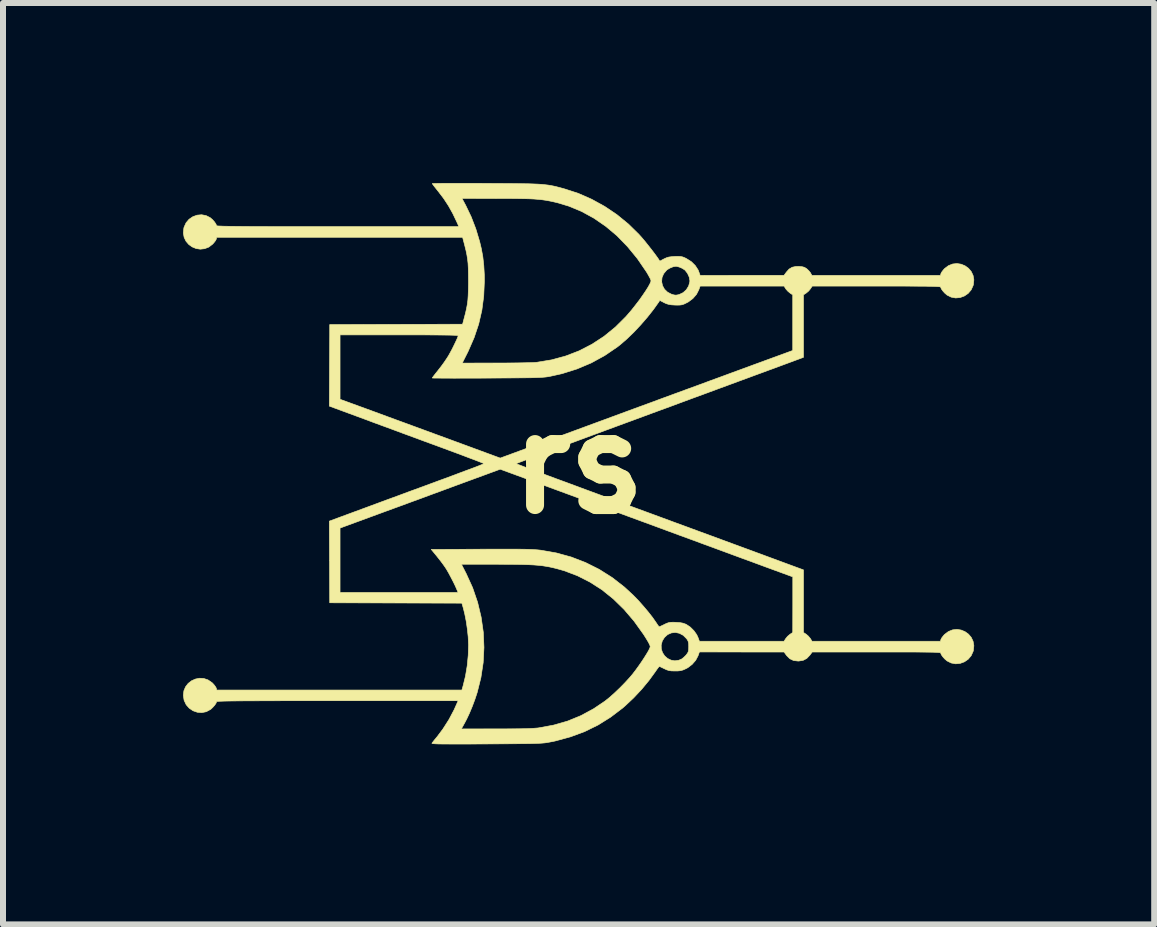
<source format=kicad_pcb>
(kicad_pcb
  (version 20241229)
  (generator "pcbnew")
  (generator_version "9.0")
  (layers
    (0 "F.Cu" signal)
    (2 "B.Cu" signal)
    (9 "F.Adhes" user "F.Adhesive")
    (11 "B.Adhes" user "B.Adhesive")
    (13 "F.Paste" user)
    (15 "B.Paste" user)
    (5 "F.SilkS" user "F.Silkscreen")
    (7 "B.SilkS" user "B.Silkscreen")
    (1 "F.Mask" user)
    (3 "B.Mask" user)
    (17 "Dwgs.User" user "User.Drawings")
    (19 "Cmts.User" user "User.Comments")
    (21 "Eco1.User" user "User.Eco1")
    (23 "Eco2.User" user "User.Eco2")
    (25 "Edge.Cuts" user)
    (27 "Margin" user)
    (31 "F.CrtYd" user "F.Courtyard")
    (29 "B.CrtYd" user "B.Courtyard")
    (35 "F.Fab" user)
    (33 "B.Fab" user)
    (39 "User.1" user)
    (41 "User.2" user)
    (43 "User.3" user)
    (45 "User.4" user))
  (footprint "rs"
    (layer "F.Cu")
    (at 6.591 4.676)
    (property "Reference" "rs" (at 0 0 0) (layer "F.SilkS") (effects (font (size 1.524 1.524) (thickness 0.3))))
    (attr through_hole)
    (fp_poly (pts (xy -1.931 -4.671) (xy -1.798 -4.671) (xy -1.654 -4.671) (xy -1.534 -4.67) (xy -1.353 -4.669) (xy -1.195 -4.668) (xy -1.059 -4.667) (xy -0.941 -4.665) (xy -0.84 -4.664) (xy -0.753 -4.661) (xy -0.679 -4.658) (xy -0.614 -4.654) (xy -0.558 -4.648) (xy -0.507 -4.642) (xy -0.459 -4.634) (xy -0.413 -4.625) (xy -0.366 -4.614) (xy -0.316 -4.601) (xy -0.261 -4.586) (xy -0.233 -4.578) (xy -0.005 -4.504) (xy 0.218 -4.406) (xy 0.434 -4.287) (xy 0.639 -4.149) (xy 0.83 -3.993) (xy 1.004 -3.822) (xy 1.054 -3.766) (xy 1.104 -3.707) (xy 1.159 -3.638) (xy 1.216 -3.566) (xy 1.269 -3.496) (xy 1.313 -3.436) (xy 1.334 -3.405) (xy 1.353 -3.375) (xy 1.423 -3.412) (xy 1.464 -3.431) (xy 1.503 -3.443) (xy 1.55 -3.449) (xy 1.604 -3.453) (xy 1.66 -3.454) (xy 1.7 -3.452) (xy 1.734 -3.445) (xy 1.769 -3.431) (xy 1.797 -3.417) (xy 1.878 -3.366) (xy 1.944 -3.301) (xy 1.992 -3.227) (xy 2.003 -3.198) (xy 2.025 -3.137) (xy 2.724 -3.138) (xy 3.423 -3.138) (xy 3.461 -3.19) (xy 3.507 -3.242) (xy 3.559 -3.273) (xy 3.621 -3.286) (xy 3.672 -3.287) (xy 3.724 -3.282) (xy 3.762 -3.272) (xy 3.794 -3.253) (xy 3.802 -3.247) (xy 3.835 -3.216) (xy 3.862 -3.183) (xy 3.867 -3.174) (xy 3.887 -3.137) (xy 6.03 -3.137) (xy 6.037 -3.167) (xy 6.05 -3.192) (xy 6.076 -3.226) (xy 6.097 -3.25) (xy 6.162 -3.299) (xy 6.232 -3.327) (xy 6.304 -3.335) (xy 6.374 -3.324) (xy 6.439 -3.297) (xy 6.496 -3.256) (xy 6.542 -3.202) (xy 6.573 -3.137) (xy 6.586 -3.064) (xy 6.578 -2.985) (xy 6.574 -2.969) (xy 6.541 -2.896) (xy 6.491 -2.837) (xy 6.428 -2.794) (xy 6.357 -2.768) (xy 6.282 -2.761) (xy 6.208 -2.775) (xy 6.138 -2.81) (xy 6.135 -2.813) (xy 6.1 -2.843) (xy 6.068 -2.879) (xy 6.044 -2.913) (xy 6.033 -2.94) (xy 6.032 -2.943) (xy 6.029 -2.946) (xy 6.016 -2.948) (xy 5.993 -2.95) (xy 5.958 -2.952) (xy 5.91 -2.954) (xy 5.847 -2.955) (xy 5.768 -2.957) (xy 5.672 -2.957) (xy 5.558 -2.958) (xy 5.422 -2.959) (xy 5.266 -2.959) (xy 5.086 -2.959) (xy 4.963 -2.959) (xy 3.893 -2.959) (xy 3.864 -2.915) (xy 3.833 -2.877) (xy 3.795 -2.845) (xy 3.791 -2.842) (xy 3.747 -2.813) (xy 3.747 -2.292) (xy 3.747 -1.772) (xy 3.229 -1.58) (xy 3.157 -1.554) (xy 3.063 -1.519) (xy 2.948 -1.477) (xy 2.816 -1.428) (xy 2.666 -1.373) (xy 2.501 -1.312) (xy 2.324 -1.247) (xy 2.135 -1.177) (xy 1.936 -1.104) (xy 1.73 -1.028) (xy 1.518 -0.949) (xy 1.301 -0.87) (xy 1.082 -0.789) (xy 0.863 -0.708) (xy 0.835 -0.698) (xy 0.626 -0.621) (xy 0.423 -0.546) (xy 0.228 -0.474) (xy 0.042 -0.405) (xy -0.134 -0.34) (xy -0.298 -0.279) (xy -0.449 -0.223) (xy -0.586 -0.172) (xy -0.707 -0.127) (xy -0.812 -0.088) (xy -0.898 -0.055) (xy -0.965 -0.03) (xy -1.012 -0.012) (xy -1.037 -0.002) (xy -1.041 0) (xy -1.029 0.005) (xy -0.995 0.018) (xy -0.94 0.039) (xy -0.864 0.068) (xy -0.77 0.103) (xy -0.659 0.145) (xy -0.532 0.192) (xy -0.39 0.245) (xy -0.234 0.302) (xy -0.067 0.364) (xy 0.111 0.43) (xy 0.298 0.499) (xy 0.494 0.571) (xy 0.696 0.646) (xy 0.727 0.657) (xy 0.943 0.737) (xy 1.161 0.817) (xy 1.378 0.897) (xy 1.592 0.976) (xy 1.802 1.053) (xy 2.005 1.128) (xy 2.199 1.199) (xy 2.383 1.267) (xy 2.554 1.33) (xy 2.711 1.388) (xy 2.851 1.439) (xy 2.972 1.484) (xy 3.073 1.521) (xy 3.121 1.539) (xy 3.747 1.77) (xy 3.747 2.291) (xy 3.747 2.813) (xy 3.792 2.842) (xy 3.828 2.873) (xy 3.859 2.91) (xy 3.863 2.915) (xy 3.889 2.959) (xy 6.03 2.959) (xy 6.037 2.929) (xy 6.05 2.904) (xy 6.076 2.87) (xy 6.097 2.846) (xy 6.162 2.797) (xy 6.232 2.769) (xy 6.304 2.761) (xy 6.374 2.772) (xy 6.439 2.799) (xy 6.496 2.84) (xy 6.542 2.894) (xy 6.573 2.959) (xy 6.586 3.032) (xy 6.578 3.111) (xy 6.574 3.127) (xy 6.541 3.2) (xy 6.491 3.259) (xy 6.428 3.302) (xy 6.357 3.328) (xy 6.282 3.335) (xy 6.208 3.321) (xy 6.138 3.286) (xy 6.135 3.283) (xy 6.1 3.253) (xy 6.068 3.217) (xy 6.044 3.183) (xy 6.033 3.156) (xy 6.032 3.153) (xy 6.029 3.15) (xy 6.016 3.148) (xy 5.993 3.146) (xy 5.958 3.144) (xy 5.91 3.142) (xy 5.847 3.141) (xy 5.769 3.14) (xy 5.673 3.139) (xy 5.558 3.138) (xy 5.423 3.138) (xy 5.267 3.138) (xy 5.087 3.138) (xy 4.963 3.138) (xy 3.893 3.138) (xy 3.854 3.19) (xy 3.802 3.245) (xy 3.741 3.277) (xy 3.667 3.289) (xy 3.658 3.289) (xy 3.582 3.28) (xy 3.519 3.25) (xy 3.467 3.198) (xy 3.461 3.19) (xy 3.423 3.138) (xy 2.718 3.138) (xy 2.013 3.137) (xy 1.99 3.202) (xy 1.951 3.276) (xy 1.892 3.344) (xy 1.819 3.4) (xy 1.784 3.418) (xy 1.739 3.438) (xy 1.698 3.449) (xy 1.651 3.454) (xy 1.605 3.454) (xy 1.548 3.453) (xy 1.506 3.447) (xy 1.468 3.435) (xy 1.427 3.416) (xy 1.388 3.397) (xy 1.358 3.383) (xy 1.345 3.378) (xy 1.335 3.388) (xy 1.315 3.414) (xy 1.288 3.452) (xy 1.28 3.464) (xy 1.174 3.61) (xy 1.052 3.758) (xy 0.918 3.901) (xy 0.78 4.031) (xy 0.733 4.072) (xy 0.533 4.224) (xy 0.323 4.355) (xy 0.101 4.464) (xy -0.134 4.551) (xy -0.383 4.619) (xy -0.476 4.638) (xy -0.504 4.643) (xy -0.531 4.648) (xy -0.56 4.652) (xy -0.593 4.655) (xy -0.631 4.658) (xy -0.676 4.66) (xy -0.731 4.662) (xy -0.798 4.664) (xy -0.878 4.665) (xy -0.974 4.666) (xy -1.088 4.667) (xy -1.221 4.668) (xy -1.376 4.669) (xy -1.535 4.67) (xy -1.714 4.671) (xy -1.869 4.672) (xy -2.002 4.672) (xy -2.114 4.672) (xy -2.207 4.671) (xy -2.281 4.671) (xy -2.34 4.67) (xy -2.384 4.668) (xy -2.415 4.666) (xy -2.434 4.664) (xy -2.443 4.661) (xy -2.444 4.658) (xy -2.432 4.642) (xy -2.408 4.611) (xy -2.375 4.571) (xy -2.355 4.547) (xy -2.26 4.42) (xy -1.954 4.42) (xy -1.374 4.419) (xy -1.216 4.419) (xy -1.081 4.418) (xy -0.967 4.417) (xy -0.872 4.415) (xy -0.794 4.412) (xy -0.731 4.408) (xy -0.68 4.404) (xy -0.659 4.401) (xy -0.416 4.356) (xy -0.183 4.289) (xy 0.039 4.198) (xy 0.25 4.084) (xy 0.441 3.955) (xy 0.517 3.894) (xy 0.602 3.818) (xy 0.69 3.734) (xy 0.775 3.647) (xy 0.852 3.563) (xy 0.896 3.511) (xy 0.947 3.445) (xy 0.998 3.375) (xy 1.048 3.303) (xy 1.094 3.233) (xy 1.134 3.169) (xy 1.166 3.115) (xy 1.186 3.073) (xy 1.194 3.048) (xy 1.194 3.048) (xy 1.186 3.022) (xy 1.186 3.022) (xy 1.376 3.022) (xy 1.378 3.089) (xy 1.399 3.15) (xy 1.435 3.204) (xy 1.483 3.246) (xy 1.541 3.274) (xy 1.604 3.285) (xy 1.67 3.275) (xy 1.719 3.254) (xy 1.75 3.23) (xy 1.784 3.197) (xy 1.796 3.183) (xy 1.817 3.154) (xy 1.829 3.127) (xy 1.834 3.092) (xy 1.835 3.049) (xy 1.834 2.999) (xy 1.827 2.965) (xy 1.814 2.937) (xy 1.799 2.916) (xy 1.743 2.86) (xy 1.679 2.826) (xy 1.612 2.812) (xy 1.546 2.82) (xy 1.484 2.847) (xy 1.432 2.894) (xy 1.395 2.952) (xy 1.376 3.022) (xy 1.186 3.022) (xy 1.165 2.979) (xy 1.13 2.92) (xy 1.084 2.847) (xy 1.082 2.844) (xy 0.925 2.625) (xy 0.757 2.428) (xy 0.578 2.253) (xy 0.389 2.101) (xy 0.189 1.973) (xy -0.02 1.867) (xy -0.239 1.784) (xy -0.352 1.752) (xy -0.419 1.735) (xy -0.482 1.721) (xy -0.544 1.71) (xy -0.608 1.7) (xy -0.677 1.693) (xy -0.753 1.687) (xy -0.84 1.683) (xy -0.94 1.68) (xy -1.057 1.678) (xy -1.193 1.677) (xy -1.352 1.676) (xy -1.371 1.676) (xy -1.953 1.676) (xy -1.873 1.832) (xy -1.766 2.067) (xy -1.683 2.31) (xy -1.624 2.557) (xy -1.588 2.809) (xy -1.577 3.062) (xy -1.59 3.315) (xy -1.628 3.566) (xy -1.69 3.813) (xy -1.691 3.816) (xy -1.728 3.928) (xy -1.771 4.043) (xy -1.818 4.156) (xy -1.865 4.256) (xy -1.899 4.321) (xy -1.954 4.42) (xy -2.26 4.42) (xy -2.255 4.412) (xy -2.159 4.261) (xy -2.075 4.102) (xy -2.028 3.997) (xy -2.008 3.95) (xy -4.02 3.95) (xy -4.292 3.95) (xy -4.539 3.95) (xy -4.762 3.95) (xy -4.964 3.95) (xy -5.144 3.951) (xy -5.304 3.951) (xy -5.445 3.952) (xy -5.568 3.952) (xy -5.674 3.953) (xy -5.764 3.954) (xy -5.839 3.955) (xy -5.899 3.956) (xy -5.948 3.958) (xy -5.984 3.959) (xy -6.009 3.961) (xy -6.025 3.963) (xy -6.032 3.965) (xy -6.032 3.966) (xy -6.041 3.991) (xy -6.064 4.025) (xy -6.096 4.061) (xy -6.13 4.093) (xy -6.135 4.096) (xy -6.204 4.133) (xy -6.278 4.148) (xy -6.353 4.142) (xy -6.425 4.117) (xy -6.488 4.074) (xy -6.539 4.016) (xy -6.573 3.944) (xy -6.574 3.94) (xy -6.586 3.859) (xy -6.577 3.784) (xy -6.549 3.718) (xy -6.506 3.662) (xy -6.45 3.618) (xy -6.386 3.589) (xy -6.317 3.575) (xy -6.246 3.579) (xy -6.175 3.603) (xy -6.109 3.648) (xy -6.097 3.659) (xy -6.067 3.693) (xy -6.045 3.725) (xy -6.037 3.742) (xy -6.03 3.772) (xy -1.945 3.772) (xy -1.924 3.699) (xy -1.885 3.54) (xy -1.856 3.367) (xy -1.839 3.191) (xy -1.834 3.02) (xy -1.84 2.885) (xy -1.854 2.755) (xy -1.873 2.625) (xy -1.897 2.504) (xy -1.923 2.399) (xy -1.924 2.397) (xy -1.945 2.324) (xy -3.046 2.321) (xy -4.147 2.318) (xy -4.15 1.637) (xy -4.153 1.073) (xy -3.975 1.073) (xy -3.975 1.61) (xy -3.975 2.146) (xy -2.008 2.146) (xy -2.028 2.099) (xy -2.054 2.039) (xy -2.089 1.967) (xy -2.128 1.892) (xy -2.167 1.819) (xy -2.203 1.757) (xy -2.226 1.722) (xy -2.257 1.678) (xy -2.298 1.623) (xy -2.343 1.566) (xy -2.366 1.537) (xy -2.455 1.429) (xy -1.624 1.425) (xy -1.452 1.424) (xy -1.303 1.424) (xy -1.175 1.424) (xy -1.065 1.424) (xy -0.973 1.425) (xy -0.895 1.426) (xy -0.829 1.428) (xy -0.773 1.43) (xy -0.726 1.433) (xy -0.684 1.436) (xy -0.646 1.44) (xy -0.629 1.442) (xy -0.372 1.487) (xy -0.124 1.555) (xy 0.115 1.647) (xy 0.343 1.761) (xy 0.56 1.898) (xy 0.763 2.056) (xy 0.908 2.19) (xy 0.994 2.278) (xy 1.079 2.374) (xy 1.16 2.47) (xy 1.232 2.562) (xy 1.289 2.644) (xy 1.294 2.651) (xy 1.317 2.686) (xy 1.335 2.71) (xy 1.343 2.718) (xy 1.357 2.713) (xy 1.387 2.699) (xy 1.427 2.68) (xy 1.429 2.678) (xy 1.471 2.659) (xy 1.504 2.648) (xy 1.538 2.643) (xy 1.583 2.642) (xy 1.622 2.644) (xy 1.687 2.648) (xy 1.736 2.657) (xy 1.777 2.671) (xy 1.795 2.679) (xy 1.861 2.723) (xy 1.921 2.783) (xy 1.968 2.849) (xy 1.989 2.894) (xy 2.013 2.959) (xy 2.718 2.959) (xy 3.423 2.959) (xy 3.451 2.915) (xy 3.482 2.877) (xy 3.52 2.845) (xy 3.524 2.842) (xy 3.568 2.813) (xy 3.569 2.349) (xy 3.569 1.886) (xy 3.121 1.722) (xy 3.059 1.699) (xy 2.975 1.668) (xy 2.87 1.629) (xy 2.746 1.584) (xy 2.605 1.532) (xy 2.448 1.474) (xy 2.277 1.411) (xy 2.094 1.344) (xy 1.9 1.272) (xy 1.697 1.198) (xy 1.486 1.12) (xy 1.27 1.04) (xy 1.049 0.959) (xy 0.826 0.877) (xy 0.683 0.824) (xy -1.306 0.092) (xy -2.123 0.392) (xy -2.279 0.45) (xy -2.443 0.51) (xy -2.61 0.572) (xy -2.777 0.633) (xy -2.939 0.693) (xy -3.093 0.749) (xy -3.235 0.801) (xy -3.36 0.847) (xy -3.458 0.883) (xy -3.975 1.073) (xy -4.153 1.073) (xy -4.153 0.957) (xy -3.508 0.719) (xy -3.357 0.663) (xy -3.187 0.6) (xy -3.006 0.534) (xy -2.821 0.465) (xy -2.637 0.398) (xy -2.461 0.333) (xy -2.299 0.273) (xy -2.219 0.244) (xy -2.098 0.199) (xy -1.984 0.156) (xy -1.88 0.117) (xy -1.787 0.083) (xy -1.708 0.053) (xy -1.646 0.029) (xy -1.602 0.011) (xy -1.578 0.002) (xy -1.575 -0.000392) (xy -1.586 -0.006) (xy -1.62 -0.019) (xy -1.673 -0.04) (xy -1.743 -0.067) (xy -1.829 -0.099) (xy -1.928 -0.137) (xy -2.038 -0.178) (xy -2.157 -0.222) (xy -2.251 -0.257) (xy -2.403 -0.313) (xy -2.57 -0.374) (xy -2.745 -0.439) (xy -2.925 -0.505) (xy -3.102 -0.571) (xy -3.271 -0.633) (xy -3.426 -0.69) (xy -3.54 -0.733) (xy -4.153 -0.959) (xy -4.15 -1.638) (xy -4.147 -2.146) (xy -3.975 -2.146) (xy -3.975 -1.073) (xy -3.438 -0.877) (xy -3.326 -0.836) (xy -3.194 -0.787) (xy -3.047 -0.733) (xy -2.888 -0.675) (xy -2.722 -0.614) (xy -2.553 -0.552) (xy -2.385 -0.49) (xy -2.223 -0.431) (xy -2.104 -0.387) (xy -1.306 -0.093) (xy 0.715 -0.838) (xy 0.94 -0.921) (xy 1.164 -1.003) (xy 1.383 -1.084) (xy 1.598 -1.163) (xy 1.805 -1.239) (xy 2.005 -1.312) (xy 2.194 -1.382) (xy 2.372 -1.447) (xy 2.537 -1.508) (xy 2.687 -1.563) (xy 2.821 -1.612) (xy 2.937 -1.655) (xy 3.033 -1.69) (xy 3.109 -1.718) (xy 3.153 -1.734) (xy 3.568 -1.886) (xy 3.568 -2.813) (xy 3.524 -2.842) (xy 3.487 -2.873) (xy 3.454 -2.91) (xy 3.451 -2.915) (xy 3.423 -2.959) (xy 2.724 -2.959) (xy 2.025 -2.959) (xy 2.003 -2.898) (xy 1.964 -2.821) (xy 1.904 -2.752) (xy 1.828 -2.695) (xy 1.797 -2.679) (xy 1.756 -2.659) (xy 1.722 -2.648) (xy 1.688 -2.643) (xy 1.643 -2.642) (xy 1.604 -2.643) (xy 1.543 -2.647) (xy 1.498 -2.655) (xy 1.459 -2.667) (xy 1.423 -2.684) (xy 1.353 -2.721) (xy 1.334 -2.691) (xy 1.247 -2.569) (xy 1.146 -2.441) (xy 1.036 -2.314) (xy 0.921 -2.191) (xy 0.805 -2.079) (xy 0.694 -1.983) (xy 0.647 -1.946) (xy 0.434 -1.801) (xy 0.209 -1.678) (xy -0.028 -1.578) (xy -0.276 -1.5) (xy -0.464 -1.458) (xy -0.491 -1.453) (xy -0.519 -1.448) (xy -0.548 -1.444) (xy -0.581 -1.441) (xy -0.619 -1.438) (xy -0.665 -1.436) (xy -0.721 -1.434) (xy -0.788 -1.432) (xy -0.869 -1.431) (xy -0.965 -1.43) (xy -1.08 -1.429) (xy -1.214 -1.428) (xy -1.369 -1.427) (xy -1.521 -1.426) (xy -1.671 -1.425) (xy -1.813 -1.425) (xy -1.946 -1.425) (xy -2.068 -1.424) (xy -2.175 -1.425) (xy -2.267 -1.425) (xy -2.341 -1.426) (xy -2.396 -1.426) (xy -2.429 -1.427) (xy -2.438 -1.428) (xy -2.431 -1.44) (xy -2.41 -1.468) (xy -2.379 -1.508) (xy -2.341 -1.555) (xy -2.333 -1.566) (xy -2.286 -1.626) (xy -2.239 -1.691) (xy -2.197 -1.753) (xy -2.169 -1.797) (xy -2.14 -1.849) (xy -2.108 -1.908) (xy -2.078 -1.969) (xy -2.05 -2.027) (xy -2.027 -2.076) (xy -2.012 -2.113) (xy -2.007 -2.132) (xy -2.015 -2.135) (xy -2.04 -2.138) (xy -2.083 -2.14) (xy -2.146 -2.142) (xy -2.227 -2.143) (xy -2.33 -2.144) (xy -2.454 -2.145) (xy -2.601 -2.146) (xy -2.772 -2.146) (xy -2.966 -2.146) (xy -2.991 -2.146) (xy -3.975 -2.146) (xy -4.147 -2.146) (xy -4.147 -2.318) (xy -3.04 -2.321) (xy -1.933 -2.324) (xy -1.907 -2.423) (xy -1.884 -2.51) (xy -1.867 -2.586) (xy -1.854 -2.656) (xy -1.845 -2.726) (xy -1.84 -2.802) (xy -1.837 -2.889) (xy -1.835 -2.993) (xy -1.835 -3.048) (xy -1.836 -3.162) (xy -1.838 -3.256) (xy -1.842 -3.336) (xy -1.85 -3.408) (xy -1.861 -3.477) (xy -1.876 -3.55) (xy -1.896 -3.631) (xy -1.907 -3.673) (xy -1.933 -3.772) (xy -6.03 -3.772) (xy -6.037 -3.742) (xy -6.05 -3.716) (xy -6.076 -3.683) (xy -6.097 -3.659) (xy -6.162 -3.609) (xy -6.232 -3.582) (xy -6.304 -3.574) (xy -6.374 -3.585) (xy -6.439 -3.612) (xy -6.496 -3.653) (xy -6.542 -3.707) (xy -6.573 -3.771) (xy -6.586 -3.844) (xy -6.578 -3.924) (xy -6.574 -3.94) (xy -6.541 -4.013) (xy -6.491 -4.072) (xy -6.428 -4.115) (xy -6.357 -4.141) (xy -6.282 -4.148) (xy -6.208 -4.134) (xy -6.138 -4.099) (xy -6.135 -4.096) (xy -6.1 -4.066) (xy -6.068 -4.03) (xy -6.044 -3.995) (xy -6.033 -3.969) (xy -6.032 -3.966) (xy -6.029 -3.964) (xy -6.017 -3.962) (xy -5.995 -3.96) (xy -5.964 -3.959) (xy -5.92 -3.957) (xy -5.865 -3.956) (xy -5.796 -3.955) (xy -5.712 -3.954) (xy -5.613 -3.953) (xy -5.497 -3.952) (xy -5.364 -3.951) (xy -5.212 -3.951) (xy -5.04 -3.95) (xy -4.847 -3.95) (xy -4.632 -3.95) (xy -4.395 -3.95) (xy -4.134 -3.95) (xy -4.014 -3.95) (xy -1.995 -3.95) (xy -2.026 -4.02) (xy -2.096 -4.167) (xy -2.168 -4.296) (xy -2.247 -4.417) (xy -2.249 -4.42) (xy -1.943 -4.42) (xy -1.88 -4.302) (xy -1.79 -4.114) (xy -1.712 -3.911) (xy -1.649 -3.701) (xy -1.622 -3.588) (xy -1.596 -3.448) (xy -1.58 -3.304) (xy -1.571 -3.147) (xy -1.57 -3.042) (xy -1.581 -2.793) (xy -1.612 -2.556) (xy -1.665 -2.326) (xy -1.741 -2.1) (xy -1.84 -1.873) (xy -1.854 -1.845) (xy -1.939 -1.676) (xy -1.373 -1.677) (xy -1.25 -1.677) (xy -1.132 -1.678) (xy -1.02 -1.679) (xy -0.919 -1.681) (xy -0.832 -1.683) (xy -0.761 -1.685) (xy -0.711 -1.688) (xy -0.692 -1.69) (xy -0.449 -1.73) (xy -0.215 -1.794) (xy 0.009 -1.88) (xy 0.222 -1.99) (xy 0.423 -2.121) (xy 0.612 -2.275) (xy 0.789 -2.451) (xy 0.882 -2.559) (xy 0.949 -2.644) (xy 1.013 -2.727) (xy 1.07 -2.808) (xy 1.12 -2.882) (xy 1.161 -2.947) (xy 1.189 -2.999) (xy 1.203 -3.033) (xy 1.384 -3.033) (xy 1.398 -2.967) (xy 1.431 -2.907) (xy 1.482 -2.858) (xy 1.545 -2.825) (xy 1.588 -2.812) (xy 1.621 -2.808) (xy 1.658 -2.814) (xy 1.679 -2.82) (xy 1.742 -2.85) (xy 1.795 -2.898) (xy 1.833 -2.959) (xy 1.852 -3.026) (xy 1.854 -3.048) (xy 1.843 -3.109) (xy 1.815 -3.171) (xy 1.775 -3.222) (xy 1.767 -3.229) (xy 1.727 -3.255) (xy 1.678 -3.276) (xy 1.633 -3.288) (xy 1.619 -3.289) (xy 1.575 -3.281) (xy 1.523 -3.26) (xy 1.476 -3.232) (xy 1.465 -3.222) (xy 1.417 -3.165) (xy 1.39 -3.101) (xy 1.384 -3.033) (xy 1.203 -3.033) (xy 1.205 -3.037) (xy 1.206 -3.049) (xy 1.2 -3.07) (xy 1.182 -3.106) (xy 1.156 -3.153) (xy 1.131 -3.195) (xy 0.979 -3.417) (xy 0.814 -3.618) (xy 0.639 -3.798) (xy 0.452 -3.955) (xy 0.256 -4.09) (xy 0.049 -4.203) (xy -0.166 -4.292) (xy -0.357 -4.349) (xy -0.421 -4.364) (xy -0.482 -4.377) (xy -0.542 -4.388) (xy -0.604 -4.397) (xy -0.671 -4.404) (xy -0.745 -4.41) (xy -0.831 -4.414) (xy -0.93 -4.416) (xy -1.045 -4.418) (xy -1.18 -4.419) (xy -1.337 -4.419) (xy -1.356 -4.419) (xy -1.943 -4.42) (xy -2.249 -4.42) (xy -2.338 -4.536) (xy -2.338 -4.536) (xy -2.376 -4.584) (xy -2.408 -4.624) (xy -2.429 -4.653) (xy -2.438 -4.667) (xy -2.438 -4.667) (xy -2.426 -4.668) (xy -2.39 -4.669) (xy -2.333 -4.67) (xy -2.257 -4.671) (xy -2.163 -4.671) (xy -2.054 -4.671) (xy -1.931 -4.671)) (stroke (width 0.01) (type solid)) (fill yes) (layer "F.SilkS")))
  (gr_rect
    (start -3 -3)
    (end 16.182 12.353)
    (stroke (width 0.1) (type default))
    (fill no)
    (layer "Edge.Cuts")))
</source>
